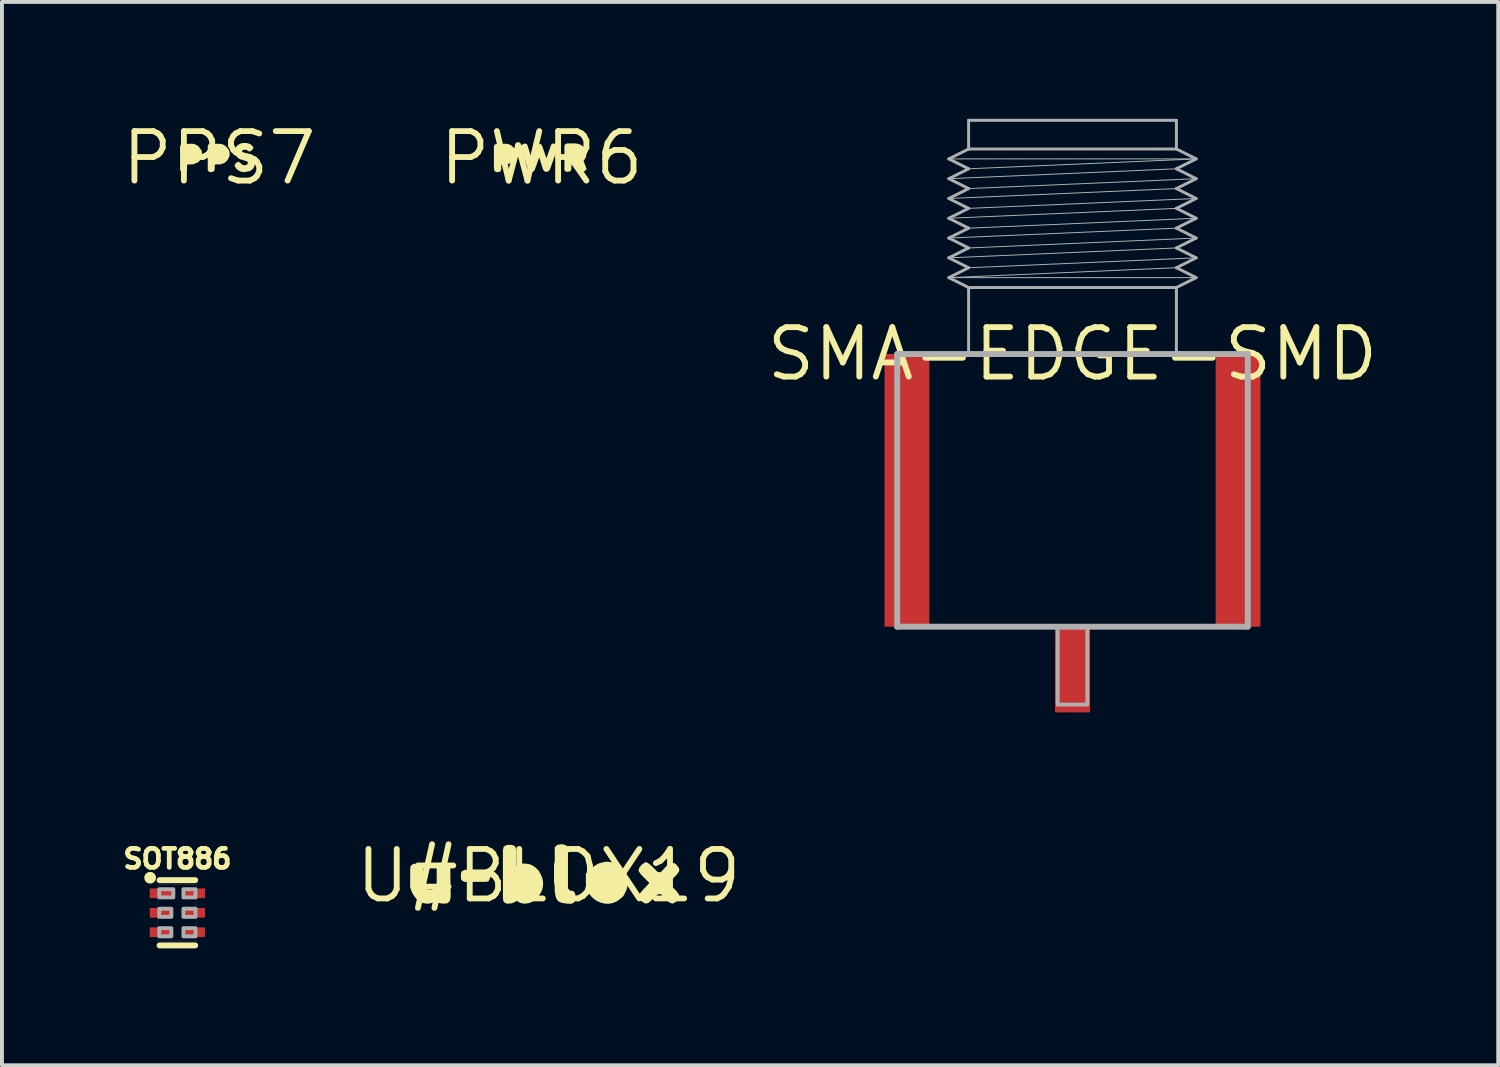
<source format=kicad_pcb>
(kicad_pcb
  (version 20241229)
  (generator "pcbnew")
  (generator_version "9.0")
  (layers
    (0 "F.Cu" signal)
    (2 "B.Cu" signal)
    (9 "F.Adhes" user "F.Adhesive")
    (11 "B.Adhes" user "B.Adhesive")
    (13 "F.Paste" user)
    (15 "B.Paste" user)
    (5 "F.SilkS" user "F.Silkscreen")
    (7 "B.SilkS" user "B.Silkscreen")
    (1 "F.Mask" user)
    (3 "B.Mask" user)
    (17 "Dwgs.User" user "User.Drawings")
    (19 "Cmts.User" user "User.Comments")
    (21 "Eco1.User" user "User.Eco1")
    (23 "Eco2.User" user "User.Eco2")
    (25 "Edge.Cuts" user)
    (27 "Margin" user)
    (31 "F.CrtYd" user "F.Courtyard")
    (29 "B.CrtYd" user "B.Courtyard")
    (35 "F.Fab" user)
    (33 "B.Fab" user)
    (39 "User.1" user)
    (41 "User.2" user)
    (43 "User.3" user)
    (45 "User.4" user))
  (footprint "PPS7"
    (layer "F.Cu")
    (at 2.578 1.006)
    (property "Reference" "PPS7" (at 0 0 0) (layer "F.SilkS") (effects (font (size 1.27 1.27) (thickness 0.15))))
    (fp_poly (pts (xy -0.628 -0.355) (xy -0.588 -0.334) (xy -0.537 -0.304) (xy -0.476 -0.223) (xy -0.445 -0.182) (xy -0.445 -0.06) (xy -0.455 -0.008) (xy -0.476 0.033) (xy -0.506 0.073) (xy -0.547 0.114) (xy -0.603 0.136) (xy -0.603 0.136) (xy -0.648 0.155) (xy -0.689 0.165) (xy -0.789 0.165) (xy -0.825 0.174) (xy -0.825 0.281) (xy -0.835 0.323) (xy -0.868 0.355) (xy -0.931 0.365) (xy -0.983 0.344) (xy -1.005 0.312) (xy -1.005 -0.301) (xy -0.984 -0.344) (xy -0.941 -0.365) (xy -0.68 -0.365)) (stroke (width 0) (type default)) (fill yes) (layer "F.SilkS"))
    (fp_poly (pts (xy 0.072 -0.355) (xy 0.122 -0.334) (xy 0.163 -0.304) (xy 0.204 -0.263) (xy 0.234 -0.223) (xy 0.254 -0.182) (xy 0.265 -0.161) (xy 0.265 -0.059) (xy 0.245 -0.008) (xy 0.224 0.033) (xy 0.194 0.073) (xy 0.153 0.114) (xy 0.117 0.132) (xy 0.117 0.133) (xy 0.112 0.135) (xy 0.108 0.137) (xy 0.108 0.136) (xy 0.061 0.155) (xy 0.01 0.165) (xy -0.089 0.165) (xy -0.115 0.174) (xy -0.115 0.281) (xy -0.125 0.323) (xy -0.158 0.355) (xy -0.221 0.365) (xy -0.273 0.344) (xy -0.295 0.312) (xy -0.295 -0.301) (xy -0.284 -0.344) (xy -0.231 -0.365) (xy 0.031 -0.365)) (stroke (width 0) (type default)) (fill yes) (layer "F.SilkS"))
    (fp_poly (pts (xy 0.741 -0.375) (xy 0.803 -0.354) (xy 0.834 -0.324) (xy 0.875 -0.282) (xy 0.875 -0.248) (xy 0.834 -0.196) (xy 0.791 -0.165) (xy 0.748 -0.175) (xy 0.708 -0.205) (xy 0.66 -0.215) (xy 0.612 -0.205) (xy 0.585 -0.178) (xy 0.594 -0.133) (xy 0.632 -0.115) (xy 0.731 -0.085) (xy 0.781 -0.075) (xy 0.832 -0.054) (xy 0.874 -0.024) (xy 0.905 0.018) (xy 0.915 0.07) (xy 0.915 0.181) (xy 0.895 0.222) (xy 0.874 0.273) (xy 0.833 0.304) (xy 0.792 0.335) (xy 0.741 0.345) (xy 0.691 0.355) (xy 0.64 0.365) (xy 0.589 0.355) (xy 0.538 0.345) (xy 0.487 0.314) (xy 0.446 0.284) (xy 0.416 0.243) (xy 0.395 0.201) (xy 0.405 0.157) (xy 0.447 0.116) (xy 0.49 0.094) (xy 0.533 0.116) (xy 0.573 0.156) (xy 0.621 0.185) (xy 0.669 0.185) (xy 0.717 0.166) (xy 0.735 0.139) (xy 0.726 0.094) (xy 0.678 0.075) (xy 0.638 0.065) (xy 0.589 0.045) (xy 0.538 0.035) (xy 0.487 0.004) (xy 0.456 -0.027) (xy 0.426 -0.068) (xy 0.405 -0.119) (xy 0.405 -0.221) (xy 0.426 -0.272) (xy 0.456 -0.314) (xy 0.497 -0.344) (xy 0.538 -0.365) (xy 0.589 -0.385) (xy 0.701 -0.385)) (stroke (width 0) (type default)) (fill yes) (layer "F.SilkS")))
  (footprint "SMA-EDGE-SMD"
    (layer "F.Cu")
    (at 24.482 6.038)
    (property "Reference" "SMA-EDGE-SMD" (at 0 0 0) (layer "F.SilkS") (effects (font (size 1.27 1.27) (thickness 0.15))))
    (fp_poly (pts (xy -4.93 7) (xy -3.68 7) (xy -3.68 0) (xy -4.93 0)) (stroke (width 0) (type default)) (fill yes) (layer "F.Paste"))
    (fp_poly (pts (xy -0.55 9.39) (xy 0.55 9.39) (xy 0.55 6.99) (xy -0.55 6.99)) (stroke (width 0) (type default)) (fill yes) (layer "F.Paste"))
    (fp_poly (pts (xy 3.68 7) (xy 4.93 7) (xy 4.93 0) (xy 3.68 0)) (stroke (width 0) (type default)) (fill yes) (layer "F.Paste"))
    (fp_line (start -4.5 0) (end -2.667 0) (stroke (width 0.152) (type solid)) (layer "F.Fab"))
    (fp_line (start -4.5 7) (end -4.5 0) (stroke (width 0.152) (type solid)) (layer "F.Fab"))
    (fp_line (start -3.175 -5.009) (end -2.667 -5.263) (stroke (width 0.076) (type solid)) (layer "F.Fab"))
    (fp_line (start -3.175 -4.501) (end -2.667 -4.755) (stroke (width 0.076) (type solid)) (layer "F.Fab"))
    (fp_line (start -3.175 -4.501) (end 2.667 -4.755) (stroke (width 0.025) (type solid)) (layer "F.Fab"))
    (fp_line (start -3.175 -3.993) (end -2.667 -4.247) (stroke (width 0.076) (type solid)) (layer "F.Fab"))
    (fp_line (start -3.175 -3.993) (end -2.667 -3.739) (stroke (width 0.076) (type solid)) (layer "F.Fab"))
    (fp_line (start -3.175 -3.993) (end 2.667 -4.247) (stroke (width 0.025) (type solid)) (layer "F.Fab"))
    (fp_line (start -3.175 -3.485) (end -2.667 -3.739) (stroke (width 0.076) (type solid)) (layer "F.Fab"))
    (fp_line (start -3.175 -3.485) (end 2.667 -3.739) (stroke (width 0.025) (type solid)) (layer "F.Fab"))
    (fp_line (start -3.175 -2.977) (end -2.667 -3.231) (stroke (width 0.076) (type solid)) (layer "F.Fab"))
    (fp_line (start -3.175 -2.977) (end 2.667 -3.231) (stroke (width 0.025) (type solid)) (layer "F.Fab"))
    (fp_line (start -3.175 -2.469) (end -2.667 -2.723) (stroke (width 0.076) (type solid)) (layer "F.Fab"))
    (fp_line (start -3.175 -2.469) (end 2.667 -2.723) (stroke (width 0.025) (type solid)) (layer "F.Fab"))
    (fp_line (start -3.175 -1.961) (end -2.667 -2.215) (stroke (width 0.076) (type solid)) (layer "F.Fab"))
    (fp_line (start -3.175 -1.961) (end 2.667 -2.215) (stroke (width 0.025) (type solid)) (layer "F.Fab"))
    (fp_line (start -3.175 -1.961) (end 3.175 -1.961) (stroke (width 0.025) (type solid)) (layer "F.Fab"))
    (fp_line (start -2.667 -6) (end 2.667 -6) (stroke (width 0.076) (type solid)) (layer "F.Fab"))
    (fp_line (start -2.667 -5.263) (end -2.667 -6) (stroke (width 0.076) (type solid)) (layer "F.Fab"))
    (fp_line (start -2.667 -5.263) (end 2.667 -5.263) (stroke (width 0.076) (type solid)) (layer "F.Fab"))
    (fp_line (start -2.667 -4.755) (end -3.175 -5.009) (stroke (width 0.076) (type solid)) (layer "F.Fab"))
    (fp_line (start -2.667 -4.755) (end 3.175 -5.009) (stroke (width 0.025) (type solid)) (layer "F.Fab"))
    (fp_line (start -2.667 -4.247) (end -3.175 -4.501) (stroke (width 0.076) (type solid)) (layer "F.Fab"))
    (fp_line (start -2.667 -4.247) (end 3.175 -4.501) (stroke (width 0.025) (type solid)) (layer "F.Fab"))
    (fp_line (start -2.667 -3.739) (end 3.175 -3.993) (stroke (width 0.025) (type solid)) (layer "F.Fab"))
    (fp_line (start -2.667 -3.231) (end -3.175 -3.485) (stroke (width 0.076) (type solid)) (layer "F.Fab"))
    (fp_line (start -2.667 -3.231) (end 3.175 -3.485) (stroke (width 0.025) (type solid)) (layer "F.Fab"))
    (fp_line (start -2.667 -2.723) (end -3.175 -2.977) (stroke (width 0.076) (type solid)) (layer "F.Fab"))
    (fp_line (start -2.667 -2.723) (end 3.175 -2.977) (stroke (width 0.025) (type solid)) (layer "F.Fab"))
    (fp_line (start -2.667 -2.215) (end -3.175 -2.469) (stroke (width 0.076) (type solid)) (layer "F.Fab"))
    (fp_line (start -2.667 -2.215) (end 3.175 -2.469) (stroke (width 0.025) (type solid)) (layer "F.Fab"))
    (fp_line (start -2.667 -1.707) (end -3.175 -1.961) (stroke (width 0.076) (type solid)) (layer "F.Fab"))
    (fp_line (start -2.667 -1.707) (end 2.667 -1.707) (stroke (width 0.076) (type solid)) (layer "F.Fab"))
    (fp_line (start -2.667 0) (end -2.667 -1.707) (stroke (width 0.076) (type solid)) (layer "F.Fab"))
    (fp_line (start -2.667 0) (end 2.667 0) (stroke (width 0.152) (type solid)) (layer "F.Fab"))
    (fp_line (start 2.667 -6) (end 2.667 -5.263) (stroke (width 0.076) (type solid)) (layer "F.Fab"))
    (fp_line (start 2.667 -5.263) (end 3.175 -5.009) (stroke (width 0.076) (type solid)) (layer "F.Fab"))
    (fp_line (start 2.667 -4.755) (end 3.175 -4.501) (stroke (width 0.076) (type solid)) (layer "F.Fab"))
    (fp_line (start 2.667 -4.247) (end 3.175 -3.993) (stroke (width 0.076) (type solid)) (layer "F.Fab"))
    (fp_line (start 2.667 -3.739) (end 3.175 -3.485) (stroke (width 0.076) (type solid)) (layer "F.Fab"))
    (fp_line (start 2.667 -3.231) (end 3.175 -2.977) (stroke (width 0.076) (type solid)) (layer "F.Fab"))
    (fp_line (start 2.667 -2.723) (end 3.175 -2.469) (stroke (width 0.076) (type solid)) (layer "F.Fab"))
    (fp_line (start 2.667 -2.215) (end 3.175 -1.961) (stroke (width 0.076) (type solid)) (layer "F.Fab"))
    (fp_line (start 2.667 -1.707) (end 2.667 0) (stroke (width 0.076) (type solid)) (layer "F.Fab"))
    (fp_line (start 2.667 0) (end 4.5 0) (stroke (width 0.152) (type solid)) (layer "F.Fab"))
    (fp_line (start 3.175 -5.009) (end -3.175 -5.009) (stroke (width 0.025) (type solid)) (layer "F.Fab"))
    (fp_line (start 3.175 -5.009) (end 2.667 -4.755) (stroke (width 0.076) (type solid)) (layer "F.Fab"))
    (fp_line (start 3.175 -4.501) (end 2.667 -4.247) (stroke (width 0.076) (type solid)) (layer "F.Fab"))
    (fp_line (start 3.175 -3.993) (end 2.667 -3.739) (stroke (width 0.076) (type solid)) (layer "F.Fab"))
    (fp_line (start 3.175 -3.485) (end 2.667 -3.231) (stroke (width 0.076) (type solid)) (layer "F.Fab"))
    (fp_line (start 3.175 -2.977) (end 2.667 -2.723) (stroke (width 0.076) (type solid)) (layer "F.Fab"))
    (fp_line (start 3.175 -2.469) (end 2.667 -2.215) (stroke (width 0.076) (type solid)) (layer "F.Fab"))
    (fp_line (start 3.175 -1.961) (end 2.667 -1.707) (stroke (width 0.076) (type solid)) (layer "F.Fab"))
    (fp_line (start 4.5 0) (end 4.5 7) (stroke (width 0.152) (type solid)) (layer "F.Fab"))
    (fp_line (start 4.5 7) (end -4.5 7) (stroke (width 0.152) (type solid)) (layer "F.Fab"))
    (fp_poly (pts (xy 0.38 7) (xy -0.38 7) (xy -0.38 9) (xy 0.38 9)) (stroke (width 0.1) (type default)) (fill no) (layer "F.Fab"))
    (pad "GND@0" smd rect (at -4.25 3.5) (size 1.15 7) (layers "F.Cu" "F.Mask"))
    (pad "GND@1" smd rect (at 4.25 3.5) (size 1.15 7) (layers "F.Cu" "F.Mask"))
    (pad "SIG" smd rect (at 0 8.1) (size 0.9 2.2) (layers "F.Cu" "F.Mask")))
  (footprint "U#BLOX19"
    (layer "F.Cu")
    (at 11.035 19.434)
    (property "Reference" "U#BLOX19" (at 0 0 0) (layer "F.SilkS") (effects (font (size 1.27 1.27) (thickness 0.15))))
    (fp_poly (pts (xy -1.547 -0.134) (xy -1.505 -0.051) (xy -1.505 0.061) (xy -1.547 0.145) (xy -1.65 0.155) (xy -2.172 0.155) (xy -2.245 0.103) (xy -2.255 0) (xy -2.245 -0.103) (xy -2.161 -0.155) (xy -1.65 -0.155)) (stroke (width 0) (type default)) (fill yes) (layer "F.SilkS"))
    (fp_poly (pts (xy 0.453 -0.784) (xy 0.495 -0.701) (xy 0.495 0.318) (xy 0.543 0.375) (xy 0.643 0.396) (xy 0.685 0.469) (xy 0.685 0.601) (xy 0.654 0.684) (xy 0.591 0.715) (xy 0.48 0.715) (xy 0.339 0.695) (xy 0.247 0.654) (xy 0.195 0.582) (xy 0.175 0.511) (xy 0.155 0.4) (xy 0.155 -0.732) (xy 0.218 -0.795) (xy 0.34 -0.815)) (stroke (width 0) (type default)) (fill yes) (layer "F.SilkS"))
    (fp_poly (pts (xy -0.856 -0.753) (xy -0.835 -0.661) (xy -0.835 -0.248) (xy -0.782 -0.275) (xy -0.681 -0.315) (xy -0.61 -0.315) (xy -0.519 -0.305) (xy -0.428 -0.275) (xy -0.337 -0.214) (xy -0.256 -0.133) (xy -0.206 -0.042) (xy -0.165 0.048) (xy -0.145 0.15) (xy -0.145 0.25) (xy -0.165 0.352) (xy -0.206 0.442) (xy -0.266 0.533) (xy -0.347 0.614) (xy -0.438 0.675) (xy -0.529 0.705) (xy -0.63 0.715) (xy -0.732 0.695) (xy -0.816 0.642) (xy -0.816 0.643) (xy -0.858 0.664) (xy -0.939 0.705) (xy -1.071 0.715) (xy -1.154 0.673) (xy -1.175 0.581) (xy -1.175 -0.661) (xy -1.154 -0.753) (xy -1.071 -0.795) (xy -0.939 -0.795)) (stroke (width 0) (type default)) (fill yes) (layer "F.SilkS"))
    (fp_poly (pts (xy -3.246 -0.284) (xy -3.215 -0.211) (xy -3.215 0.209) (xy -3.176 0.307) (xy -3.099 0.355) (xy -2.991 0.355) (xy -2.914 0.307) (xy -2.875 0.229) (xy -2.875 -0.191) (xy -2.844 -0.284) (xy -2.761 -0.315) (xy -2.629 -0.315) (xy -2.546 -0.273) (xy -2.525 -0.181) (xy -2.515 0.54) (xy -2.535 0.642) (xy -2.598 0.705) (xy -2.72 0.715) (xy -2.823 0.695) (xy -2.872 0.626) (xy -2.908 0.635) (xy -2.998 0.695) (xy -3.09 0.715) (xy -3.201 0.705) (xy -3.292 0.674) (xy -3.373 0.614) (xy -3.444 0.533) (xy -3.494 0.452) (xy -3.535 0.362) (xy -3.555 0.26) (xy -3.555 -0.16) (xy -3.545 -0.253) (xy -3.482 -0.305) (xy -3.349 -0.315)) (stroke (width 0) (type default)) (fill yes) (layer "F.SilkS"))
    (fp_poly (pts (xy 1.581 -0.355) (xy 1.682 -0.335) (xy 1.773 -0.284) (xy 1.853 -0.224) (xy 1.924 -0.153) (xy 1.985 -0.072) (xy 2.015 0.029) (xy 2.035 0.13) (xy 2.025 0.241) (xy 2.005 0.342) (xy 1.964 0.432) (xy 1.914 0.523) (xy 1.833 0.594) (xy 1.752 0.654) (xy 1.651 0.695) (xy 1.561 0.715) (xy 1.46 0.715) (xy 1.359 0.695) (xy 1.262 0.656) (xy 1.262 0.657) (xy 1.258 0.654) (xy 1.253 0.652) (xy 1.253 0.652) (xy 1.177 0.604) (xy 1.096 0.533) (xy 1.036 0.453) (xy 0.985 0.362) (xy 0.965 0.261) (xy 0.955 0.16) (xy 0.955 -0.062) (xy 1.107 -0.204) (xy 1.187 -0.264) (xy 1.278 -0.315) (xy 1.379 -0.345) (xy 1.48 -0.365)) (stroke (width 0) (type default)) (fill yes) (layer "F.SilkS"))
    (fp_poly (pts (xy 2.573 -0.314) (xy 2.663 -0.234) (xy 2.802 -0.095) (xy 2.878 -0.095) (xy 3.016 -0.243) (xy 3.097 -0.325) (xy 3.181 -0.345) (xy 3.263 -0.304) (xy 3.345 -0.202) (xy 3.355 -0.129) (xy 3.294 -0.037) (xy 3.077 0.18) (xy 3.294 0.407) (xy 3.355 0.498) (xy 3.355 0.572) (xy 3.273 0.664) (xy 3.18 0.715) (xy 3.097 0.684) (xy 3.017 0.604) (xy 2.868 0.465) (xy 2.802 0.475) (xy 2.653 0.614) (xy 2.562 0.694) (xy 2.489 0.715) (xy 2.397 0.664) (xy 2.315 0.572) (xy 2.315 0.488) (xy 2.386 0.397) (xy 2.526 0.247) (xy 2.583 0.18) (xy 2.366 -0.037) (xy 2.305 -0.129) (xy 2.325 -0.212) (xy 2.407 -0.304) (xy 2.5 -0.356)) (stroke (width 0) (type default)) (fill yes) (layer "F.SilkS")))
  (footprint "SOT886"
    (layer "F.Cu")
    (at 1.504 20.382)
    (property "Reference" "SOT886" (at 0 -1.1 0) (unlocked yes) (layer "F.SilkS") (effects (font (size 0.488 0.488) (thickness 0.122)) (justify bottom)))
    (fp_line (start -0.457 -0.838) (end 0.457 -0.838) (stroke (width 0.152) (type solid)) (layer "F.SilkS"))
    (fp_line (start -0.457 0.838) (end 0.457 0.838) (stroke (width 0.152) (type solid)) (layer "F.SilkS"))
    (fp_circle (center -0.7 -0.9) (end -0.625 -0.9) (stroke (width 0.15) (type solid)) (fill yes) (layer "F.SilkS"))
    (fp_line (start -0.5 -0.725) (end 0.5 -0.725) (stroke (width 0.003) (type solid)) (layer "F.Fab"))
    (fp_line (start -0.5 0.725) (end -0.5 -0.725) (stroke (width 0.003) (type solid)) (layer "F.Fab"))
    (fp_line (start 0.5 -0.725) (end 0.5 0.725) (stroke (width 0.003) (type solid)) (layer "F.Fab"))
    (fp_line (start 0.5 0.725) (end -0.5 0.725) (stroke (width 0.003) (type solid)) (layer "F.Fab"))
    (fp_poly (pts (xy -0.465 -0.395) (xy -0.105 -0.395) (xy -0.105 -0.605) (xy -0.465 -0.605)) (stroke (width 0.1) (type default)) (fill no) (layer "F.Fab"))
    (fp_poly (pts (xy -0.465 0.105) (xy -0.155 0.105) (xy -0.155 -0.105) (xy -0.465 -0.105)) (stroke (width 0.1) (type default)) (fill no) (layer "F.Fab"))
    (fp_poly (pts (xy -0.465 0.605) (xy -0.155 0.605) (xy -0.155 0.395) (xy -0.465 0.395)) (stroke (width 0.1) (type default)) (fill no) (layer "F.Fab"))
    (fp_poly (pts (xy 0.465 -0.605) (xy 0.155 -0.605) (xy 0.155 -0.395) (xy 0.465 -0.395)) (stroke (width 0.1) (type default)) (fill no) (layer "F.Fab"))
    (fp_poly (pts (xy 0.465 -0.105) (xy 0.155 -0.105) (xy 0.155 0.105) (xy 0.465 0.105)) (stroke (width 0.1) (type default)) (fill no) (layer "F.Fab"))
    (fp_poly (pts (xy 0.465 0.395) (xy 0.155 0.395) (xy 0.155 0.605) (xy 0.465 0.605)) (stroke (width 0.1) (type default)) (fill no) (layer "F.Fab"))
    (pad "1" smd rect (at -0.405 -0.5) (size 0.61 0.25) (layers "F.Cu" "F.Mask" "F.Paste"))
    (pad "2" smd rect (at -0.43 0) (size 0.56 0.25) (layers "F.Cu" "F.Mask" "F.Paste"))
    (pad "3" smd rect (at -0.43 0.5) (size 0.56 0.25) (layers "F.Cu" "F.Mask" "F.Paste"))
    (pad "4" smd rect (at 0.43 0.5 180) (size 0.56 0.25) (layers "F.Cu" "F.Mask" "F.Paste"))
    (pad "5" smd rect (at 0.43 0 180) (size 0.56 0.25) (layers "F.Cu" "F.Mask" "F.Paste"))
    (pad "6" smd rect (at 0.43 -0.5 180) (size 0.56 0.25) (layers "F.Cu" "F.Mask" "F.Paste")))
  (footprint "PWR6"
    (layer "F.Cu")
    (at 10.854 1.006)
    (property "Reference" "PWR6" (at 0 0 0) (layer "F.SilkS") (effects (font (size 1.27 1.27) (thickness 0.15))))
    (fp_poly (pts (xy -0.849 -0.355) (xy -0.798 -0.334) (xy -0.757 -0.304) (xy -0.716 -0.263) (xy -0.686 -0.223) (xy -0.666 -0.182) (xy -0.655 -0.161) (xy -0.655 -0.11) (xy -0.665 -0.059) (xy -0.675 -0.008) (xy -0.696 0.033) (xy -0.726 0.073) (xy -0.767 0.114) (xy -0.812 0.137) (xy -0.814 0.133) (xy -0.858 0.155) (xy -0.91 0.165) (xy -1.009 0.165) (xy -1.035 0.174) (xy -1.035 0.281) (xy -1.045 0.323) (xy -1.078 0.355) (xy -1.151 0.365) (xy -1.204 0.344) (xy -1.215 0.311) (xy -1.225 0.25) (xy -1.225 -0.301) (xy -1.204 -0.344) (xy -1.161 -0.365) (xy -0.9 -0.365)) (stroke (width 0) (type default)) (fill yes) (layer "F.SilkS"))
    (fp_poly (pts (xy -0.376 -0.354) (xy -0.355 -0.302) (xy -0.266 -0.013) (xy -0.252 0.001) (xy -0.155 -0.282) (xy -0.134 -0.334) (xy -0.092 -0.355) (xy -0.039 -0.365) (xy 0.004 -0.333) (xy 0.025 -0.282) (xy 0.122 0.001) (xy 0.126 -0.003) (xy 0.246 -0.343) (xy 0.289 -0.375) (xy 0.342 -0.365) (xy 0.394 -0.334) (xy 0.415 -0.291) (xy 0.405 -0.239) (xy 0.214 0.292) (xy 0.183 0.334) (xy 0.141 0.355) (xy 0.088 0.355) (xy 0.046 0.313) (xy 0.025 0.262) (xy -0.06 -0.015) (xy -0.115 0.132) (xy -0.176 0.302) (xy -0.207 0.344) (xy -0.26 0.365) (xy -0.313 0.344) (xy -0.344 0.302) (xy -0.525 -0.228) (xy -0.545 -0.29) (xy -0.534 -0.323) (xy -0.482 -0.354) (xy -0.43 -0.375)) (stroke (width 0) (type default)) (fill yes) (layer "F.SilkS"))
    (fp_poly (pts (xy 0.921 -0.365) (xy 0.962 -0.355) (xy 1.012 -0.334) (xy 1.049 -0.307) (xy 1.05 -0.307) (xy 1.053 -0.304) (xy 1.057 -0.301) (xy 1.057 -0.3) (xy 1.094 -0.263) (xy 1.125 -0.222) (xy 1.135 -0.171) (xy 1.145 -0.12) (xy 1.145 -0.059) (xy 1.135 -0.018) (xy 1.104 0.033) (xy 1.076 0.071) (xy 1.085 0.098) (xy 1.125 0.198) (xy 1.135 0.228) (xy 1.156 0.281) (xy 1.134 0.314) (xy 1.072 0.355) (xy 1.029 0.365) (xy 0.986 0.333) (xy 0.936 0.212) (xy 0.897 0.155) (xy 0.801 0.155) (xy 0.765 0.173) (xy 0.765 0.27) (xy 0.754 0.323) (xy 0.722 0.345) (xy 0.66 0.355) (xy 0.607 0.344) (xy 0.585 0.301) (xy 0.585 -0.311) (xy 0.606 -0.354) (xy 0.659 -0.375) (xy 0.87 -0.375)) (stroke (width 0) (type default)) (fill yes) (layer "F.SilkS")))
  (gr_rect
    (start -3 -3)
    (end 35.411 24.296)
    (stroke (width 0.1) (type default))
    (fill no)
    (layer "Edge.Cuts")))
</source>
